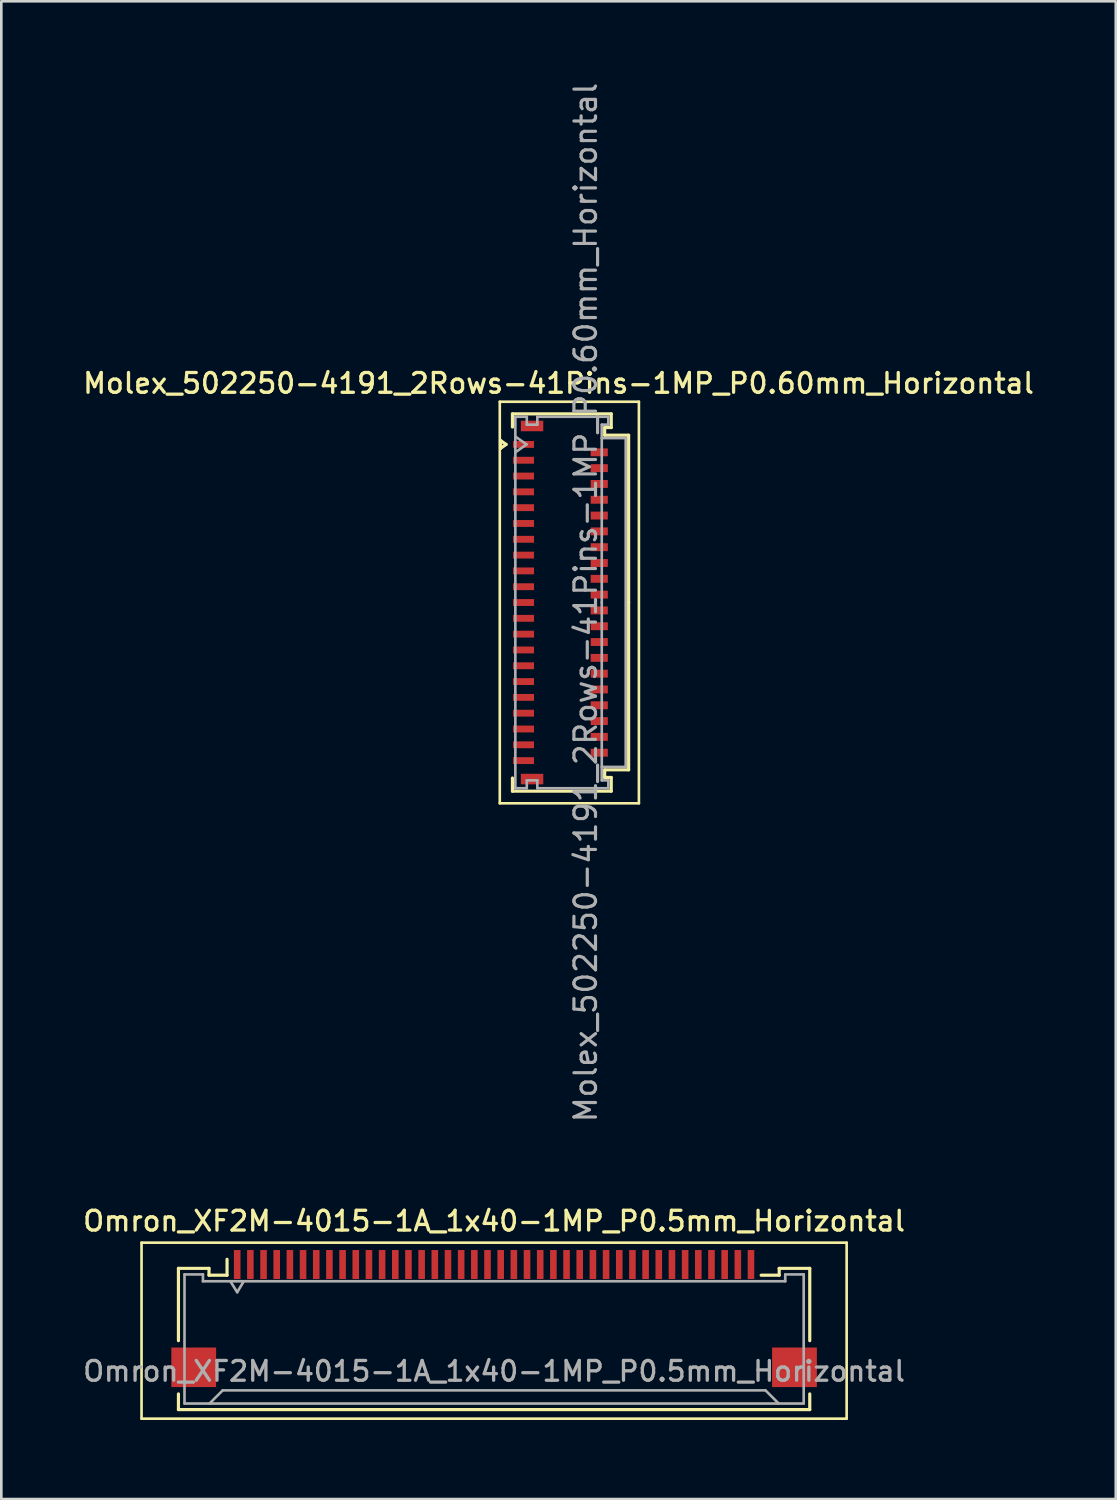
<source format=kicad_pcb>
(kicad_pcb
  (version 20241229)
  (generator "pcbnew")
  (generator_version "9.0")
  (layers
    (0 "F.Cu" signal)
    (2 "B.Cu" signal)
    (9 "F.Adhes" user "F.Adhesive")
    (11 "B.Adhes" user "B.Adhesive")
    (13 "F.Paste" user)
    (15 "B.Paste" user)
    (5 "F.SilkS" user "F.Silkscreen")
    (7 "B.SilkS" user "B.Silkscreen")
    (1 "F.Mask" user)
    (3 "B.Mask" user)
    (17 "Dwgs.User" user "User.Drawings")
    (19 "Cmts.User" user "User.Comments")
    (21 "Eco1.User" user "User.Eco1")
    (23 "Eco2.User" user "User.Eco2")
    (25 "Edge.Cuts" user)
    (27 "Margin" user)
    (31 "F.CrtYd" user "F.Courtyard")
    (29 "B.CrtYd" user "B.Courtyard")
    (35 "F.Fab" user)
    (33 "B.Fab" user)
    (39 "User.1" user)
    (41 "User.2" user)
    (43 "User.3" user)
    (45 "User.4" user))
  (footprint "Omron_XF2M-4015-1A_1x40-1MP_P0.5mm_Horizontal"
    (layer "F.Cu")
    (at 15.702 46.992)
    (property "Reference" "Omron_XF2M-4015-1A_1x40-1MP_P0.5mm_Horizontal" (at 0 -3.7 0) (layer "F.SilkS") (effects (font (size 0.75 0.75) (thickness 0.125))))
    (attr smd)
    (fp_line (start -13.38 -2.88) (end 13.38 -2.88) (stroke (width 0.1) (type solid)) (layer "F.SilkS"))
    (fp_line (start -13.38 3.8) (end -13.38 -2.88) (stroke (width 0.1) (type solid)) (layer "F.SilkS"))
    (fp_line (start -11.98 -1.905) (end -11.98 0.84) (stroke (width 0.12) (type solid)) (layer "F.SilkS"))
    (fp_line (start -11.98 2.86) (end -11.98 3.455) (stroke (width 0.12) (type solid)) (layer "F.SilkS"))
    (fp_line (start -11.98 3.455) (end 11.98 3.455) (stroke (width 0.12) (type solid)) (layer "F.SilkS"))
    (fp_line (start -10.82 -1.905) (end -11.98 -1.905) (stroke (width 0.12) (type solid)) (layer "F.SilkS"))
    (fp_line (start -10.82 -1.645) (end -10.82 -1.905) (stroke (width 0.12) (type solid)) (layer "F.SilkS"))
    (fp_line (start -10.135 -1.645) (end -10.82 -1.645) (stroke (width 0.12) (type solid)) (layer "F.SilkS"))
    (fp_line (start -10.135 -1.645) (end -10.135 -2.25) (stroke (width 0.12) (type solid)) (layer "F.SilkS"))
    (fp_line (start 10.82 -1.905) (end 10.82 -1.645) (stroke (width 0.12) (type solid)) (layer "F.SilkS"))
    (fp_line (start 10.82 -1.645) (end 10.135 -1.645) (stroke (width 0.12) (type solid)) (layer "F.SilkS"))
    (fp_line (start 11.98 -1.905) (end 10.82 -1.905) (stroke (width 0.12) (type solid)) (layer "F.SilkS"))
    (fp_line (start 11.98 0.84) (end 11.98 -1.905) (stroke (width 0.12) (type solid)) (layer "F.SilkS"))
    (fp_line (start 11.98 3.455) (end 11.98 2.86) (stroke (width 0.12) (type solid)) (layer "F.SilkS"))
    (fp_line (start 13.38 -2.88) (end 13.38 3.8) (stroke (width 0.1) (type solid)) (layer "F.SilkS"))
    (fp_line (start 13.38 3.8) (end -13.38 3.8) (stroke (width 0.1) (type solid)) (layer "F.SilkS"))
    (fp_line (start -11.75 -1.675) (end -11.75 3.225) (stroke (width 0.1) (type solid)) (layer "F.Fab"))
    (fp_line (start -11.75 3.225) (end 11.75 3.225) (stroke (width 0.1) (type solid)) (layer "F.Fab"))
    (fp_line (start -11.05 -1.675) (end -11.75 -1.675) (stroke (width 0.1) (type solid)) (layer "F.Fab"))
    (fp_line (start -11.05 -1.675) (end -11.05 -1.415) (stroke (width 0.1) (type solid)) (layer "F.Fab"))
    (fp_line (start -10.3 2.725) (end -10.8 3.225) (stroke (width 0.1) (type solid)) (layer "F.Fab"))
    (fp_line (start -10.3 2.725) (end 10.3 2.725) (stroke (width 0.1) (type solid)) (layer "F.Fab"))
    (fp_line (start -9.75 -1) (end -10 -1.4) (stroke (width 0.1) (type solid)) (layer "F.Fab"))
    (fp_line (start -9.5 -1.415) (end -9.75 -1) (stroke (width 0.1) (type solid)) (layer "F.Fab"))
    (fp_line (start 10.3 2.725) (end 10.8 3.225) (stroke (width 0.1) (type solid)) (layer "F.Fab"))
    (fp_line (start 11.05 -1.675) (end 11.05 -1.415) (stroke (width 0.1) (type solid)) (layer "F.Fab"))
    (fp_line (start 11.05 -1.675) (end 11.75 -1.675) (stroke (width 0.1) (type solid)) (layer "F.Fab"))
    (fp_line (start 11.05 -1.415) (end -11.05 -1.415) (stroke (width 0.1) (type solid)) (layer "F.Fab"))
    (fp_line (start 11.75 3.225) (end 11.75 -1.675) (stroke (width 0.1) (type solid)) (layer "F.Fab"))
    (fp_text user "${REFERENCE}" (at 0 2 0) (layer "F.Fab") (effects (font (size 0.75 0.75) (thickness 0.125))))
    (pad "1" smd rect (at -9.75 -2.05) (size 0.25 1.1) (layers "F.Cu" "F.Mask" "F.Paste"))
    (pad "2" smd rect (at -9.25 -2.05) (size 0.25 1.1) (layers "F.Cu" "F.Mask" "F.Paste"))
    (pad "3" smd rect (at -8.75 -2.05) (size 0.25 1.1) (layers "F.Cu" "F.Mask" "F.Paste"))
    (pad "4" smd rect (at -8.25 -2.05) (size 0.25 1.1) (layers "F.Cu" "F.Mask" "F.Paste"))
    (pad "5" smd rect (at -7.75 -2.05) (size 0.25 1.1) (layers "F.Cu" "F.Mask" "F.Paste"))
    (pad "6" smd rect (at -7.25 -2.05) (size 0.25 1.1) (layers "F.Cu" "F.Mask" "F.Paste"))
    (pad "7" smd rect (at -6.75 -2.05) (size 0.25 1.1) (layers "F.Cu" "F.Mask" "F.Paste"))
    (pad "8" smd rect (at -6.25 -2.05) (size 0.25 1.1) (layers "F.Cu" "F.Mask" "F.Paste"))
    (pad "9" smd rect (at -5.75 -2.05) (size 0.25 1.1) (layers "F.Cu" "F.Mask" "F.Paste"))
    (pad "10" smd rect (at -5.25 -2.05) (size 0.25 1.1) (layers "F.Cu" "F.Mask" "F.Paste"))
    (pad "11" smd rect (at -4.75 -2.05) (size 0.25 1.1) (layers "F.Cu" "F.Mask" "F.Paste"))
    (pad "12" smd rect (at -4.25 -2.05) (size 0.25 1.1) (layers "F.Cu" "F.Mask" "F.Paste"))
    (pad "13" smd rect (at -3.75 -2.05) (size 0.25 1.1) (layers "F.Cu" "F.Mask" "F.Paste"))
    (pad "14" smd rect (at -3.25 -2.05) (size 0.25 1.1) (layers "F.Cu" "F.Mask" "F.Paste"))
    (pad "15" smd rect (at -2.75 -2.05) (size 0.25 1.1) (layers "F.Cu" "F.Mask" "F.Paste"))
    (pad "16" smd rect (at -2.25 -2.05) (size 0.25 1.1) (layers "F.Cu" "F.Mask" "F.Paste"))
    (pad "17" smd rect (at -1.75 -2.05) (size 0.25 1.1) (layers "F.Cu" "F.Mask" "F.Paste"))
    (pad "18" smd rect (at -1.25 -2.05) (size 0.25 1.1) (layers "F.Cu" "F.Mask" "F.Paste"))
    (pad "19" smd rect (at -0.75 -2.05) (size 0.25 1.1) (layers "F.Cu" "F.Mask" "F.Paste"))
    (pad "20" smd rect (at -0.25 -2.05) (size 0.25 1.1) (layers "F.Cu" "F.Mask" "F.Paste"))
    (pad "21" smd rect (at 0.25 -2.05) (size 0.25 1.1) (layers "F.Cu" "F.Mask" "F.Paste"))
    (pad "22" smd rect (at 0.75 -2.05) (size 0.25 1.1) (layers "F.Cu" "F.Mask" "F.Paste"))
    (pad "23" smd rect (at 1.25 -2.05) (size 0.25 1.1) (layers "F.Cu" "F.Mask" "F.Paste"))
    (pad "24" smd rect (at 1.75 -2.05) (size 0.25 1.1) (layers "F.Cu" "F.Mask" "F.Paste"))
    (pad "25" smd rect (at 2.25 -2.05) (size 0.25 1.1) (layers "F.Cu" "F.Mask" "F.Paste"))
    (pad "26" smd rect (at 2.75 -2.05) (size 0.25 1.1) (layers "F.Cu" "F.Mask" "F.Paste"))
    (pad "27" smd rect (at 3.25 -2.05) (size 0.25 1.1) (layers "F.Cu" "F.Mask" "F.Paste"))
    (pad "28" smd rect (at 3.75 -2.05) (size 0.25 1.1) (layers "F.Cu" "F.Mask" "F.Paste"))
    (pad "29" smd rect (at 4.25 -2.05) (size 0.25 1.1) (layers "F.Cu" "F.Mask" "F.Paste"))
    (pad "30" smd rect (at 4.75 -2.05) (size 0.25 1.1) (layers "F.Cu" "F.Mask" "F.Paste"))
    (pad "31" smd rect (at 5.25 -2.05) (size 0.25 1.1) (layers "F.Cu" "F.Mask" "F.Paste"))
    (pad "32" smd rect (at 5.75 -2.05) (size 0.25 1.1) (layers "F.Cu" "F.Mask" "F.Paste"))
    (pad "33" smd rect (at 6.25 -2.05) (size 0.25 1.1) (layers "F.Cu" "F.Mask" "F.Paste"))
    (pad "34" smd rect (at 6.75 -2.05) (size 0.25 1.1) (layers "F.Cu" "F.Mask" "F.Paste"))
    (pad "35" smd rect (at 7.25 -2.05) (size 0.25 1.1) (layers "F.Cu" "F.Mask" "F.Paste"))
    (pad "36" smd rect (at 7.75 -2.05) (size 0.25 1.1) (layers "F.Cu" "F.Mask" "F.Paste"))
    (pad "37" smd rect (at 8.25 -2.05) (size 0.25 1.1) (layers "F.Cu" "F.Mask" "F.Paste"))
    (pad "38" smd rect (at 8.75 -2.05) (size 0.25 1.1) (layers "F.Cu" "F.Mask" "F.Paste"))
    (pad "39" smd rect (at 9.25 -2.05) (size 0.25 1.1) (layers "F.Cu" "F.Mask" "F.Paste"))
    (pad "40" smd rect (at 9.75 -2.05) (size 0.25 1.1) (layers "F.Cu" "F.Mask" "F.Paste"))
    (pad "MP" smd rect (at -11.4 1.85) (size 1.7 1.5) (layers "F.Cu" "F.Mask" "F.Paste"))
    (pad "MP" smd rect (at 11.4 1.85) (size 1.7 1.5) (layers "F.Cu" "F.Mask" "F.Paste")))
  (footprint "Molex_502250-4191_2Rows-41Pins-1MP_P0.60mm_Horizontal"
    (layer "F.Cu")
    (at 18.218 19.817)
    (property "Reference" "Molex_502250-4191_2Rows-41Pins-1MP_P0.60mm_Horizontal" (at -0.07 -8.32 0) (layer "F.SilkS") (effects (font (size 0.75 0.75) (thickness 0.125))))
    (attr smd)
    (fp_line (start -2.3 -7.62) (end -2.3 7.62) (stroke (width 0.1) (type solid)) (layer "F.SilkS"))
    (fp_line (start -2.3 7.62) (end 2.98 7.62) (stroke (width 0.1) (type solid)) (layer "F.SilkS"))
    (fp_line (start -2.272 -6.15) (end -2.06 -6) (stroke (width 0.12) (type solid)) (layer "F.SilkS"))
    (fp_line (start -2.272 -5.85) (end -2.272 -6.15) (stroke (width 0.12) (type solid)) (layer "F.SilkS"))
    (fp_line (start -2.06 -6) (end -2.272 -5.85) (stroke (width 0.12) (type solid)) (layer "F.SilkS"))
    (fp_line (start -1.82 -7.16) (end 1.93 -7.16) (stroke (width 0.12) (type solid)) (layer "F.SilkS"))
    (fp_line (start -1.82 -6.66) (end -1.82 -7.16) (stroke (width 0.12) (type solid)) (layer "F.SilkS"))
    (fp_line (start -1.82 6.66) (end -1.82 7.16) (stroke (width 0.12) (type solid)) (layer "F.SilkS"))
    (fp_line (start -1.82 7.16) (end 1.93 7.16) (stroke (width 0.12) (type solid)) (layer "F.SilkS"))
    (fp_line (start 1.68 -6.64) (end 1.68 -6.35) (stroke (width 0.12) (type solid)) (layer "F.SilkS"))
    (fp_line (start 1.68 -6.35) (end 2.59 -6.35) (stroke (width 0.12) (type solid)) (layer "F.SilkS"))
    (fp_line (start 1.68 6.35) (end 2.59 6.35) (stroke (width 0.12) (type solid)) (layer "F.SilkS"))
    (fp_line (start 1.68 6.64) (end 1.68 6.35) (stroke (width 0.12) (type solid)) (layer "F.SilkS"))
    (fp_line (start 1.93 -7.16) (end 1.93 -6.64) (stroke (width 0.12) (type solid)) (layer "F.SilkS"))
    (fp_line (start 1.93 -6.64) (end 1.68 -6.64) (stroke (width 0.12) (type solid)) (layer "F.SilkS"))
    (fp_line (start 1.93 6.64) (end 1.68 6.64) (stroke (width 0.12) (type solid)) (layer "F.SilkS"))
    (fp_line (start 1.93 7.16) (end 1.93 6.64) (stroke (width 0.12) (type solid)) (layer "F.SilkS"))
    (fp_line (start 2.59 -6.35) (end 2.59 0) (stroke (width 0.12) (type solid)) (layer "F.SilkS"))
    (fp_line (start 2.59 6.35) (end 2.59 0) (stroke (width 0.12) (type solid)) (layer "F.SilkS"))
    (fp_line (start 2.98 -7.62) (end -2.3 -7.62) (stroke (width 0.1) (type solid)) (layer "F.SilkS"))
    (fp_line (start 2.98 7.62) (end 2.98 -7.62) (stroke (width 0.1) (type solid)) (layer "F.SilkS"))
    (fp_line (start -1.71 -7.05) (end -1.275 -7.05) (stroke (width 0.1) (type solid)) (layer "F.Fab"))
    (fp_line (start -1.71 -6.3) (end -1.286 -6) (stroke (width 0.1) (type solid)) (layer "F.Fab"))
    (fp_line (start -1.71 0) (end -1.71 -7.05) (stroke (width 0.1) (type solid)) (layer "F.Fab"))
    (fp_line (start -1.71 0) (end -1.71 7.05) (stroke (width 0.1) (type solid)) (layer "F.Fab"))
    (fp_line (start -1.71 7.05) (end -1.275 7.05) (stroke (width 0.1) (type solid)) (layer "F.Fab"))
    (fp_line (start -1.286 -6) (end -1.71 -5.7) (stroke (width 0.1) (type solid)) (layer "F.Fab"))
    (fp_line (start -1.275 -7.05) (end -1.275 -6.75) (stroke (width 0.1) (type solid)) (layer "F.Fab"))
    (fp_line (start -1.275 -6.75) (end -0.875 -6.75) (stroke (width 0.1) (type solid)) (layer "F.Fab"))
    (fp_line (start -1.275 6.75) (end -0.875 6.75) (stroke (width 0.1) (type solid)) (layer "F.Fab"))
    (fp_line (start -1.275 7.05) (end -1.275 6.75) (stroke (width 0.1) (type solid)) (layer "F.Fab"))
    (fp_line (start -0.875 -7.05) (end 1.82 -7.05) (stroke (width 0.1) (type solid)) (layer "F.Fab"))
    (fp_line (start -0.875 -6.75) (end -0.875 -7.05) (stroke (width 0.1) (type solid)) (layer "F.Fab"))
    (fp_line (start -0.875 6.75) (end -0.875 7.05) (stroke (width 0.1) (type solid)) (layer "F.Fab"))
    (fp_line (start -0.875 7.05) (end 1.82 7.05) (stroke (width 0.1) (type solid)) (layer "F.Fab"))
    (fp_line (start 1.57 -6.75) (end 1.57 0) (stroke (width 0.1) (type solid)) (layer "F.Fab"))
    (fp_line (start 1.57 -6.24) (end 2.48 -6.24) (stroke (width 0.1) (type solid)) (layer "F.Fab"))
    (fp_line (start 1.57 6.75) (end 1.57 0) (stroke (width 0.1) (type solid)) (layer "F.Fab"))
    (fp_line (start 1.82 -7.05) (end 1.82 -6.75) (stroke (width 0.1) (type solid)) (layer "F.Fab"))
    (fp_line (start 1.82 -6.75) (end 1.57 -6.75) (stroke (width 0.1) (type solid)) (layer "F.Fab"))
    (fp_line (start 1.82 6.75) (end 1.57 6.75) (stroke (width 0.1) (type solid)) (layer "F.Fab"))
    (fp_line (start 1.82 7.05) (end 1.82 6.75) (stroke (width 0.1) (type solid)) (layer "F.Fab"))
    (fp_line (start 2.48 -6.24) (end 2.48 6.24) (stroke (width 0.1) (type solid)) (layer "F.Fab"))
    (fp_line (start 2.48 6.24) (end 1.57 6.24) (stroke (width 0.1) (type solid)) (layer "F.Fab"))
    (fp_text user "${REFERENCE}" (at 0.96 0 90) (layer "F.Fab") (effects (font (size 0.82 0.82) (thickness 0.12))))
    (pad "1" smd rect (at -1.4 -6) (size 0.8 0.26) (layers "F.Cu" "F.Mask" "F.Paste"))
    (pad "2" smd rect (at 1.475 -5.7) (size 0.65 0.3) (layers "F.Cu" "F.Mask" "F.Paste"))
    (pad "3" smd rect (at -1.4 -5.4) (size 0.8 0.26) (layers "F.Cu" "F.Mask" "F.Paste"))
    (pad "4" smd rect (at 1.475 -5.1) (size 0.65 0.3) (layers "F.Cu" "F.Mask" "F.Paste"))
    (pad "5" smd rect (at -1.4 -4.8) (size 0.8 0.26) (layers "F.Cu" "F.Mask" "F.Paste"))
    (pad "6" smd rect (at 1.475 -4.5) (size 0.65 0.3) (layers "F.Cu" "F.Mask" "F.Paste"))
    (pad "7" smd rect (at -1.4 -4.2) (size 0.8 0.26) (layers "F.Cu" "F.Mask" "F.Paste"))
    (pad "8" smd rect (at 1.475 -3.9) (size 0.65 0.3) (layers "F.Cu" "F.Mask" "F.Paste"))
    (pad "9" smd rect (at -1.4 -3.6) (size 0.8 0.26) (layers "F.Cu" "F.Mask" "F.Paste"))
    (pad "10" smd rect (at 1.475 -3.3) (size 0.65 0.3) (layers "F.Cu" "F.Mask" "F.Paste"))
    (pad "11" smd rect (at -1.4 -3) (size 0.8 0.26) (layers "F.Cu" "F.Mask" "F.Paste"))
    (pad "12" smd rect (at 1.475 -2.7) (size 0.65 0.3) (layers "F.Cu" "F.Mask" "F.Paste"))
    (pad "13" smd rect (at -1.4 -2.4) (size 0.8 0.26) (layers "F.Cu" "F.Mask" "F.Paste"))
    (pad "14" smd rect (at 1.475 -2.1) (size 0.65 0.3) (layers "F.Cu" "F.Mask" "F.Paste"))
    (pad "15" smd rect (at -1.4 -1.8) (size 0.8 0.26) (layers "F.Cu" "F.Mask" "F.Paste"))
    (pad "16" smd rect (at 1.475 -1.5) (size 0.65 0.3) (layers "F.Cu" "F.Mask" "F.Paste"))
    (pad "17" smd rect (at -1.4 -1.2) (size 0.8 0.26) (layers "F.Cu" "F.Mask" "F.Paste"))
    (pad "18" smd rect (at 1.475 -0.9) (size 0.65 0.3) (layers "F.Cu" "F.Mask" "F.Paste"))
    (pad "19" smd rect (at -1.4 -0.6) (size 0.8 0.26) (layers "F.Cu" "F.Mask" "F.Paste"))
    (pad "20" smd rect (at 1.475 -0.3) (size 0.65 0.3) (layers "F.Cu" "F.Mask" "F.Paste"))
    (pad "21" smd rect (at -1.4 0) (size 0.8 0.26) (layers "F.Cu" "F.Mask" "F.Paste"))
    (pad "22" smd rect (at 1.475 0.3) (size 0.65 0.3) (layers "F.Cu" "F.Mask" "F.Paste"))
    (pad "23" smd rect (at -1.4 0.6) (size 0.8 0.26) (layers "F.Cu" "F.Mask" "F.Paste"))
    (pad "24" smd rect (at 1.475 0.9) (size 0.65 0.3) (layers "F.Cu" "F.Mask" "F.Paste"))
    (pad "25" smd rect (at -1.4 1.2) (size 0.8 0.26) (layers "F.Cu" "F.Mask" "F.Paste"))
    (pad "26" smd rect (at 1.475 1.5) (size 0.65 0.3) (layers "F.Cu" "F.Mask" "F.Paste"))
    (pad "27" smd rect (at -1.4 1.8) (size 0.8 0.26) (layers "F.Cu" "F.Mask" "F.Paste"))
    (pad "28" smd rect (at 1.475 2.1) (size 0.65 0.3) (layers "F.Cu" "F.Mask" "F.Paste"))
    (pad "29" smd rect (at -1.4 2.4) (size 0.8 0.26) (layers "F.Cu" "F.Mask" "F.Paste"))
    (pad "30" smd rect (at 1.475 2.7) (size 0.65 0.3) (layers "F.Cu" "F.Mask" "F.Paste"))
    (pad "31" smd rect (at -1.4 3) (size 0.8 0.26) (layers "F.Cu" "F.Mask" "F.Paste"))
    (pad "32" smd rect (at 1.475 3.3) (size 0.65 0.3) (layers "F.Cu" "F.Mask" "F.Paste"))
    (pad "33" smd rect (at -1.4 3.6) (size 0.8 0.26) (layers "F.Cu" "F.Mask" "F.Paste"))
    (pad "34" smd rect (at 1.475 3.9) (size 0.65 0.3) (layers "F.Cu" "F.Mask" "F.Paste"))
    (pad "35" smd rect (at -1.4 4.2) (size 0.8 0.26) (layers "F.Cu" "F.Mask" "F.Paste"))
    (pad "36" smd rect (at 1.475 4.5) (size 0.65 0.3) (layers "F.Cu" "F.Mask" "F.Paste"))
    (pad "37" smd rect (at -1.4 4.8) (size 0.8 0.26) (layers "F.Cu" "F.Mask" "F.Paste"))
    (pad "38" smd rect (at 1.475 5.1) (size 0.65 0.3) (layers "F.Cu" "F.Mask" "F.Paste"))
    (pad "39" smd rect (at -1.4 5.4) (size 0.8 0.26) (layers "F.Cu" "F.Mask" "F.Paste"))
    (pad "40" smd rect (at 1.475 5.7) (size 0.65 0.3) (layers "F.Cu" "F.Mask" "F.Paste"))
    (pad "41" smd rect (at -1.4 6) (size 0.8 0.26) (layers "F.Cu" "F.Mask" "F.Paste"))
    (pad "MP" smd rect (at -1.075 -6.7) (size 0.85 0.4) (layers "F.Cu" "F.Mask" "F.Paste"))
    (pad "MP" smd rect (at -1.075 6.7) (size 0.85 0.4) (layers "F.Cu" "F.Mask" "F.Paste")))
  (gr_rect
    (start -3 -3)
    (end 39.296 53.842)
    (stroke (width 0.1) (type default))
    (fill no)
    (layer "Edge.Cuts")))
</source>
